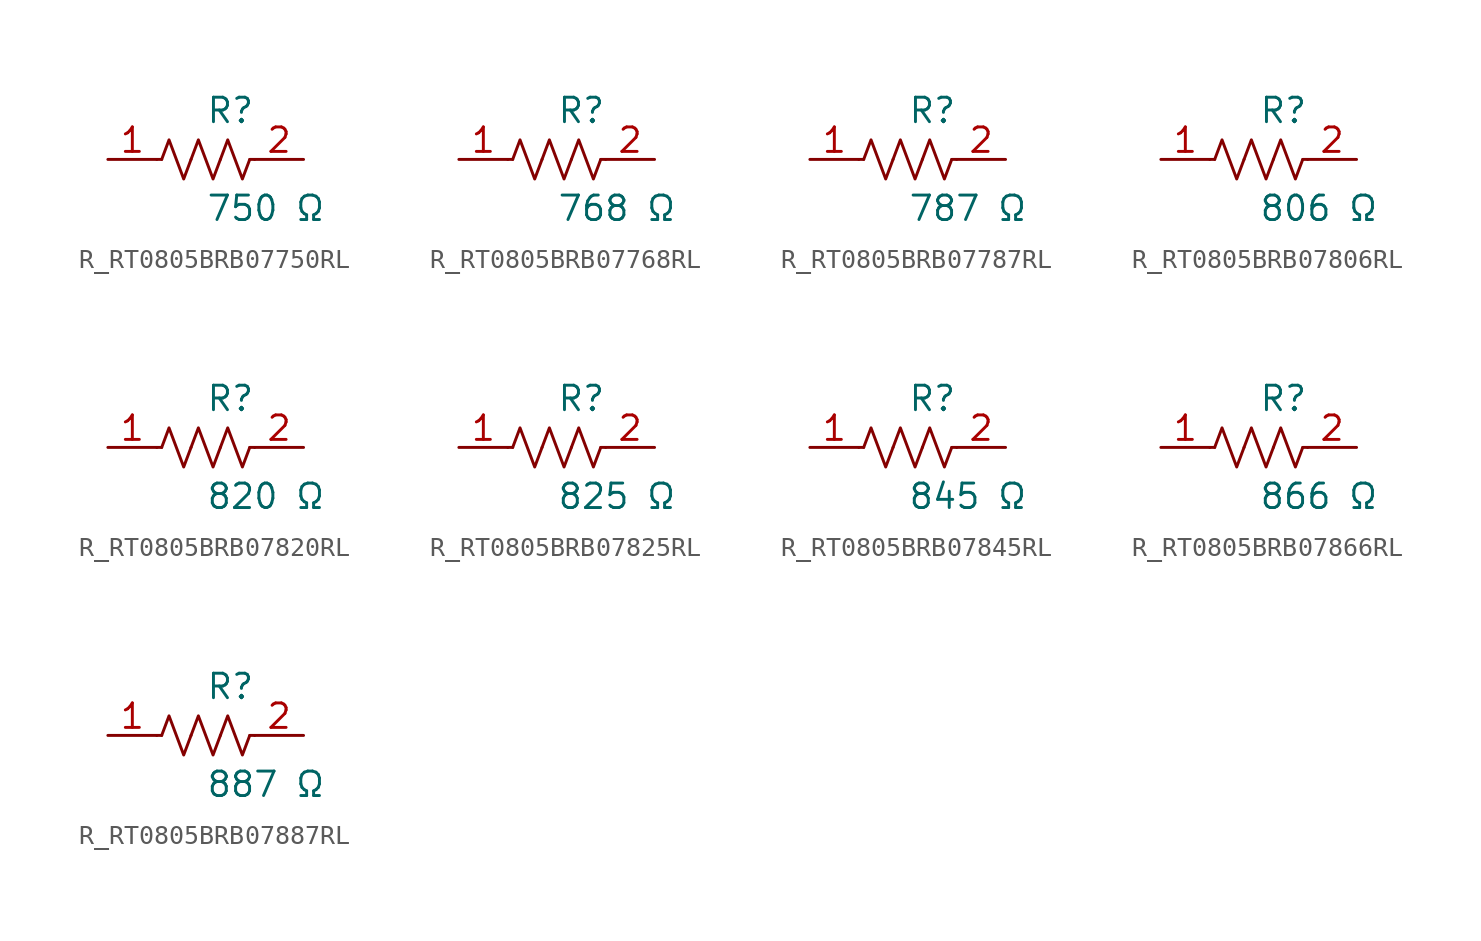
<source format=kicad_sym>
(kicad_symbol_lib
  (version 20231120)
  (generator kicad_symbol_editor)
  (generator_version 8.0)
  (symbol "R_RT0805BRB07750RL"
    (pin_names
      (offset 0.254))
    (property "Reference" "R"
      (at 0.0 2.54 0)
      (effects (font (size 1.27 1.27)) (justify left)))
    (property "Value" "750 Ω"
      (at 0.0 -2.54 0)
      (effects (font (size 1.27 1.27)) (justify left)))
    (symbol "R_RT0805BRB07750RL_0_1"
      (polyline (pts (xy 2.286 0) (xy 2.54 0)) (stroke (width 0) (type default)) (fill (type none)))
      (polyline (pts (xy -2.286 0) (xy -2.54 0)) (stroke (width 0) (type default)) (fill (type none)))
      (polyline (pts (xy 0.762 0) (xy 1.143 1.016) (xy 1.524 0) (xy 1.905 -1.016) (xy 2.286 0)) (stroke (width 0) (type default)) (fill (type none)))
      (polyline (pts (xy -0.762 0) (xy -0.381 1.016) (xy 0 0) (xy 0.381 -1.016) (xy 0.762 0)) (stroke (width 0) (type default)) (fill (type none)))
      (polyline (pts (xy -2.286 0) (xy -1.905 1.016) (xy -1.524 0) (xy -1.143 -1.016) (xy -0.762 0)) (stroke (width 0) (type default)) (fill (type none))))
    (pin unspecified line
      (at -5.08 0 0)
      (length 2.54)
      (name "" (effects (font (size 1.27 1.27))))
      (number "1" (effects (font (size 1.27 1.27)))))
    (pin unspecified line
      (at 5.08 0 180)
      (length 2.54)
      (name "" (effects (font (size 1.27 1.27))))
      (number "2" (effects (font (size 1.27 1.27))))))
  (symbol "R_RT0805BRB07768RL"
    (pin_names
      (offset 0.254))
    (property "Reference" "R"
      (at 0.0 2.54 0)
      (effects (font (size 1.27 1.27)) (justify left)))
    (property "Value" "768 Ω"
      (at 0.0 -2.54 0)
      (effects (font (size 1.27 1.27)) (justify left)))
    (symbol "R_RT0805BRB07768RL_0_1"
      (polyline (pts (xy 2.286 0) (xy 2.54 0)) (stroke (width 0) (type default)) (fill (type none)))
      (polyline (pts (xy -2.286 0) (xy -2.54 0)) (stroke (width 0) (type default)) (fill (type none)))
      (polyline (pts (xy 0.762 0) (xy 1.143 1.016) (xy 1.524 0) (xy 1.905 -1.016) (xy 2.286 0)) (stroke (width 0) (type default)) (fill (type none)))
      (polyline (pts (xy -0.762 0) (xy -0.381 1.016) (xy 0 0) (xy 0.381 -1.016) (xy 0.762 0)) (stroke (width 0) (type default)) (fill (type none)))
      (polyline (pts (xy -2.286 0) (xy -1.905 1.016) (xy -1.524 0) (xy -1.143 -1.016) (xy -0.762 0)) (stroke (width 0) (type default)) (fill (type none))))
    (pin unspecified line
      (at -5.08 0 0)
      (length 2.54)
      (name "" (effects (font (size 1.27 1.27))))
      (number "1" (effects (font (size 1.27 1.27)))))
    (pin unspecified line
      (at 5.08 0 180)
      (length 2.54)
      (name "" (effects (font (size 1.27 1.27))))
      (number "2" (effects (font (size 1.27 1.27))))))
  (symbol "R_RT0805BRB07787RL"
    (pin_names
      (offset 0.254))
    (property "Reference" "R"
      (at 0.0 2.54 0)
      (effects (font (size 1.27 1.27)) (justify left)))
    (property "Value" "787 Ω"
      (at 0.0 -2.54 0)
      (effects (font (size 1.27 1.27)) (justify left)))
    (symbol "R_RT0805BRB07787RL_0_1"
      (polyline (pts (xy 2.286 0) (xy 2.54 0)) (stroke (width 0) (type default)) (fill (type none)))
      (polyline (pts (xy -2.286 0) (xy -2.54 0)) (stroke (width 0) (type default)) (fill (type none)))
      (polyline (pts (xy 0.762 0) (xy 1.143 1.016) (xy 1.524 0) (xy 1.905 -1.016) (xy 2.286 0)) (stroke (width 0) (type default)) (fill (type none)))
      (polyline (pts (xy -0.762 0) (xy -0.381 1.016) (xy 0 0) (xy 0.381 -1.016) (xy 0.762 0)) (stroke (width 0) (type default)) (fill (type none)))
      (polyline (pts (xy -2.286 0) (xy -1.905 1.016) (xy -1.524 0) (xy -1.143 -1.016) (xy -0.762 0)) (stroke (width 0) (type default)) (fill (type none))))
    (pin unspecified line
      (at -5.08 0 0)
      (length 2.54)
      (name "" (effects (font (size 1.27 1.27))))
      (number "1" (effects (font (size 1.27 1.27)))))
    (pin unspecified line
      (at 5.08 0 180)
      (length 2.54)
      (name "" (effects (font (size 1.27 1.27))))
      (number "2" (effects (font (size 1.27 1.27))))))
  (symbol "R_RT0805BRB07806RL"
    (pin_names
      (offset 0.254))
    (property "Reference" "R"
      (at 0.0 2.54 0)
      (effects (font (size 1.27 1.27)) (justify left)))
    (property "Value" "806 Ω"
      (at 0.0 -2.54 0)
      (effects (font (size 1.27 1.27)) (justify left)))
    (symbol "R_RT0805BRB07806RL_0_1"
      (polyline (pts (xy 2.286 0) (xy 2.54 0)) (stroke (width 0) (type default)) (fill (type none)))
      (polyline (pts (xy -2.286 0) (xy -2.54 0)) (stroke (width 0) (type default)) (fill (type none)))
      (polyline (pts (xy 0.762 0) (xy 1.143 1.016) (xy 1.524 0) (xy 1.905 -1.016) (xy 2.286 0)) (stroke (width 0) (type default)) (fill (type none)))
      (polyline (pts (xy -0.762 0) (xy -0.381 1.016) (xy 0 0) (xy 0.381 -1.016) (xy 0.762 0)) (stroke (width 0) (type default)) (fill (type none)))
      (polyline (pts (xy -2.286 0) (xy -1.905 1.016) (xy -1.524 0) (xy -1.143 -1.016) (xy -0.762 0)) (stroke (width 0) (type default)) (fill (type none))))
    (pin unspecified line
      (at -5.08 0 0)
      (length 2.54)
      (name "" (effects (font (size 1.27 1.27))))
      (number "1" (effects (font (size 1.27 1.27)))))
    (pin unspecified line
      (at 5.08 0 180)
      (length 2.54)
      (name "" (effects (font (size 1.27 1.27))))
      (number "2" (effects (font (size 1.27 1.27))))))
  (symbol "R_RT0805BRB07820RL"
    (pin_names
      (offset 0.254))
    (property "Reference" "R"
      (at 0.0 2.54 0)
      (effects (font (size 1.27 1.27)) (justify left)))
    (property "Value" "820 Ω"
      (at 0.0 -2.54 0)
      (effects (font (size 1.27 1.27)) (justify left)))
    (symbol "R_RT0805BRB07820RL_0_1"
      (polyline (pts (xy 2.286 0) (xy 2.54 0)) (stroke (width 0) (type default)) (fill (type none)))
      (polyline (pts (xy -2.286 0) (xy -2.54 0)) (stroke (width 0) (type default)) (fill (type none)))
      (polyline (pts (xy 0.762 0) (xy 1.143 1.016) (xy 1.524 0) (xy 1.905 -1.016) (xy 2.286 0)) (stroke (width 0) (type default)) (fill (type none)))
      (polyline (pts (xy -0.762 0) (xy -0.381 1.016) (xy 0 0) (xy 0.381 -1.016) (xy 0.762 0)) (stroke (width 0) (type default)) (fill (type none)))
      (polyline (pts (xy -2.286 0) (xy -1.905 1.016) (xy -1.524 0) (xy -1.143 -1.016) (xy -0.762 0)) (stroke (width 0) (type default)) (fill (type none))))
    (pin unspecified line
      (at -5.08 0 0)
      (length 2.54)
      (name "" (effects (font (size 1.27 1.27))))
      (number "1" (effects (font (size 1.27 1.27)))))
    (pin unspecified line
      (at 5.08 0 180)
      (length 2.54)
      (name "" (effects (font (size 1.27 1.27))))
      (number "2" (effects (font (size 1.27 1.27))))))
  (symbol "R_RT0805BRB07825RL"
    (pin_names
      (offset 0.254))
    (property "Reference" "R"
      (at 0.0 2.54 0)
      (effects (font (size 1.27 1.27)) (justify left)))
    (property "Value" "825 Ω"
      (at 0.0 -2.54 0)
      (effects (font (size 1.27 1.27)) (justify left)))
    (symbol "R_RT0805BRB07825RL_0_1"
      (polyline (pts (xy 2.286 0) (xy 2.54 0)) (stroke (width 0) (type default)) (fill (type none)))
      (polyline (pts (xy -2.286 0) (xy -2.54 0)) (stroke (width 0) (type default)) (fill (type none)))
      (polyline (pts (xy 0.762 0) (xy 1.143 1.016) (xy 1.524 0) (xy 1.905 -1.016) (xy 2.286 0)) (stroke (width 0) (type default)) (fill (type none)))
      (polyline (pts (xy -0.762 0) (xy -0.381 1.016) (xy 0 0) (xy 0.381 -1.016) (xy 0.762 0)) (stroke (width 0) (type default)) (fill (type none)))
      (polyline (pts (xy -2.286 0) (xy -1.905 1.016) (xy -1.524 0) (xy -1.143 -1.016) (xy -0.762 0)) (stroke (width 0) (type default)) (fill (type none))))
    (pin unspecified line
      (at -5.08 0 0)
      (length 2.54)
      (name "" (effects (font (size 1.27 1.27))))
      (number "1" (effects (font (size 1.27 1.27)))))
    (pin unspecified line
      (at 5.08 0 180)
      (length 2.54)
      (name "" (effects (font (size 1.27 1.27))))
      (number "2" (effects (font (size 1.27 1.27))))))
  (symbol "R_RT0805BRB07845RL"
    (pin_names
      (offset 0.254))
    (property "Reference" "R"
      (at 0.0 2.54 0)
      (effects (font (size 1.27 1.27)) (justify left)))
    (property "Value" "845 Ω"
      (at 0.0 -2.54 0)
      (effects (font (size 1.27 1.27)) (justify left)))
    (symbol "R_RT0805BRB07845RL_0_1"
      (polyline (pts (xy 2.286 0) (xy 2.54 0)) (stroke (width 0) (type default)) (fill (type none)))
      (polyline (pts (xy -2.286 0) (xy -2.54 0)) (stroke (width 0) (type default)) (fill (type none)))
      (polyline (pts (xy 0.762 0) (xy 1.143 1.016) (xy 1.524 0) (xy 1.905 -1.016) (xy 2.286 0)) (stroke (width 0) (type default)) (fill (type none)))
      (polyline (pts (xy -0.762 0) (xy -0.381 1.016) (xy 0 0) (xy 0.381 -1.016) (xy 0.762 0)) (stroke (width 0) (type default)) (fill (type none)))
      (polyline (pts (xy -2.286 0) (xy -1.905 1.016) (xy -1.524 0) (xy -1.143 -1.016) (xy -0.762 0)) (stroke (width 0) (type default)) (fill (type none))))
    (pin unspecified line
      (at -5.08 0 0)
      (length 2.54)
      (name "" (effects (font (size 1.27 1.27))))
      (number "1" (effects (font (size 1.27 1.27)))))
    (pin unspecified line
      (at 5.08 0 180)
      (length 2.54)
      (name "" (effects (font (size 1.27 1.27))))
      (number "2" (effects (font (size 1.27 1.27))))))
  (symbol "R_RT0805BRB07866RL"
    (pin_names
      (offset 0.254))
    (property "Reference" "R"
      (at 0.0 2.54 0)
      (effects (font (size 1.27 1.27)) (justify left)))
    (property "Value" "866 Ω"
      (at 0.0 -2.54 0)
      (effects (font (size 1.27 1.27)) (justify left)))
    (symbol "R_RT0805BRB07866RL_0_1"
      (polyline (pts (xy 2.286 0) (xy 2.54 0)) (stroke (width 0) (type default)) (fill (type none)))
      (polyline (pts (xy -2.286 0) (xy -2.54 0)) (stroke (width 0) (type default)) (fill (type none)))
      (polyline (pts (xy 0.762 0) (xy 1.143 1.016) (xy 1.524 0) (xy 1.905 -1.016) (xy 2.286 0)) (stroke (width 0) (type default)) (fill (type none)))
      (polyline (pts (xy -0.762 0) (xy -0.381 1.016) (xy 0 0) (xy 0.381 -1.016) (xy 0.762 0)) (stroke (width 0) (type default)) (fill (type none)))
      (polyline (pts (xy -2.286 0) (xy -1.905 1.016) (xy -1.524 0) (xy -1.143 -1.016) (xy -0.762 0)) (stroke (width 0) (type default)) (fill (type none))))
    (pin unspecified line
      (at -5.08 0 0)
      (length 2.54)
      (name "" (effects (font (size 1.27 1.27))))
      (number "1" (effects (font (size 1.27 1.27)))))
    (pin unspecified line
      (at 5.08 0 180)
      (length 2.54)
      (name "" (effects (font (size 1.27 1.27))))
      (number "2" (effects (font (size 1.27 1.27))))))
  (symbol "R_RT0805BRB07887RL"
    (pin_names
      (offset 0.254))
    (property "Reference" "R"
      (at 0.0 2.54 0)
      (effects (font (size 1.27 1.27)) (justify left)))
    (property "Value" "887 Ω"
      (at 0.0 -2.54 0)
      (effects (font (size 1.27 1.27)) (justify left)))
    (symbol "R_RT0805BRB07887RL_0_1"
      (polyline (pts (xy 2.286 0) (xy 2.54 0)) (stroke (width 0) (type default)) (fill (type none)))
      (polyline (pts (xy -2.286 0) (xy -2.54 0)) (stroke (width 0) (type default)) (fill (type none)))
      (polyline (pts (xy 0.762 0) (xy 1.143 1.016) (xy 1.524 0) (xy 1.905 -1.016) (xy 2.286 0)) (stroke (width 0) (type default)) (fill (type none)))
      (polyline (pts (xy -0.762 0) (xy -0.381 1.016) (xy 0 0) (xy 0.381 -1.016) (xy 0.762 0)) (stroke (width 0) (type default)) (fill (type none)))
      (polyline (pts (xy -2.286 0) (xy -1.905 1.016) (xy -1.524 0) (xy -1.143 -1.016) (xy -0.762 0)) (stroke (width 0) (type default)) (fill (type none))))
    (pin unspecified line
      (at -5.08 0 0)
      (length 2.54)
      (name "" (effects (font (size 1.27 1.27))))
      (number "1" (effects (font (size 1.27 1.27)))))
    (pin unspecified line
      (at 5.08 0 180)
      (length 2.54)
      (name "" (effects (font (size 1.27 1.27))))
      (number "2" (effects (font (size 1.27 1.27)))))))
</source>
